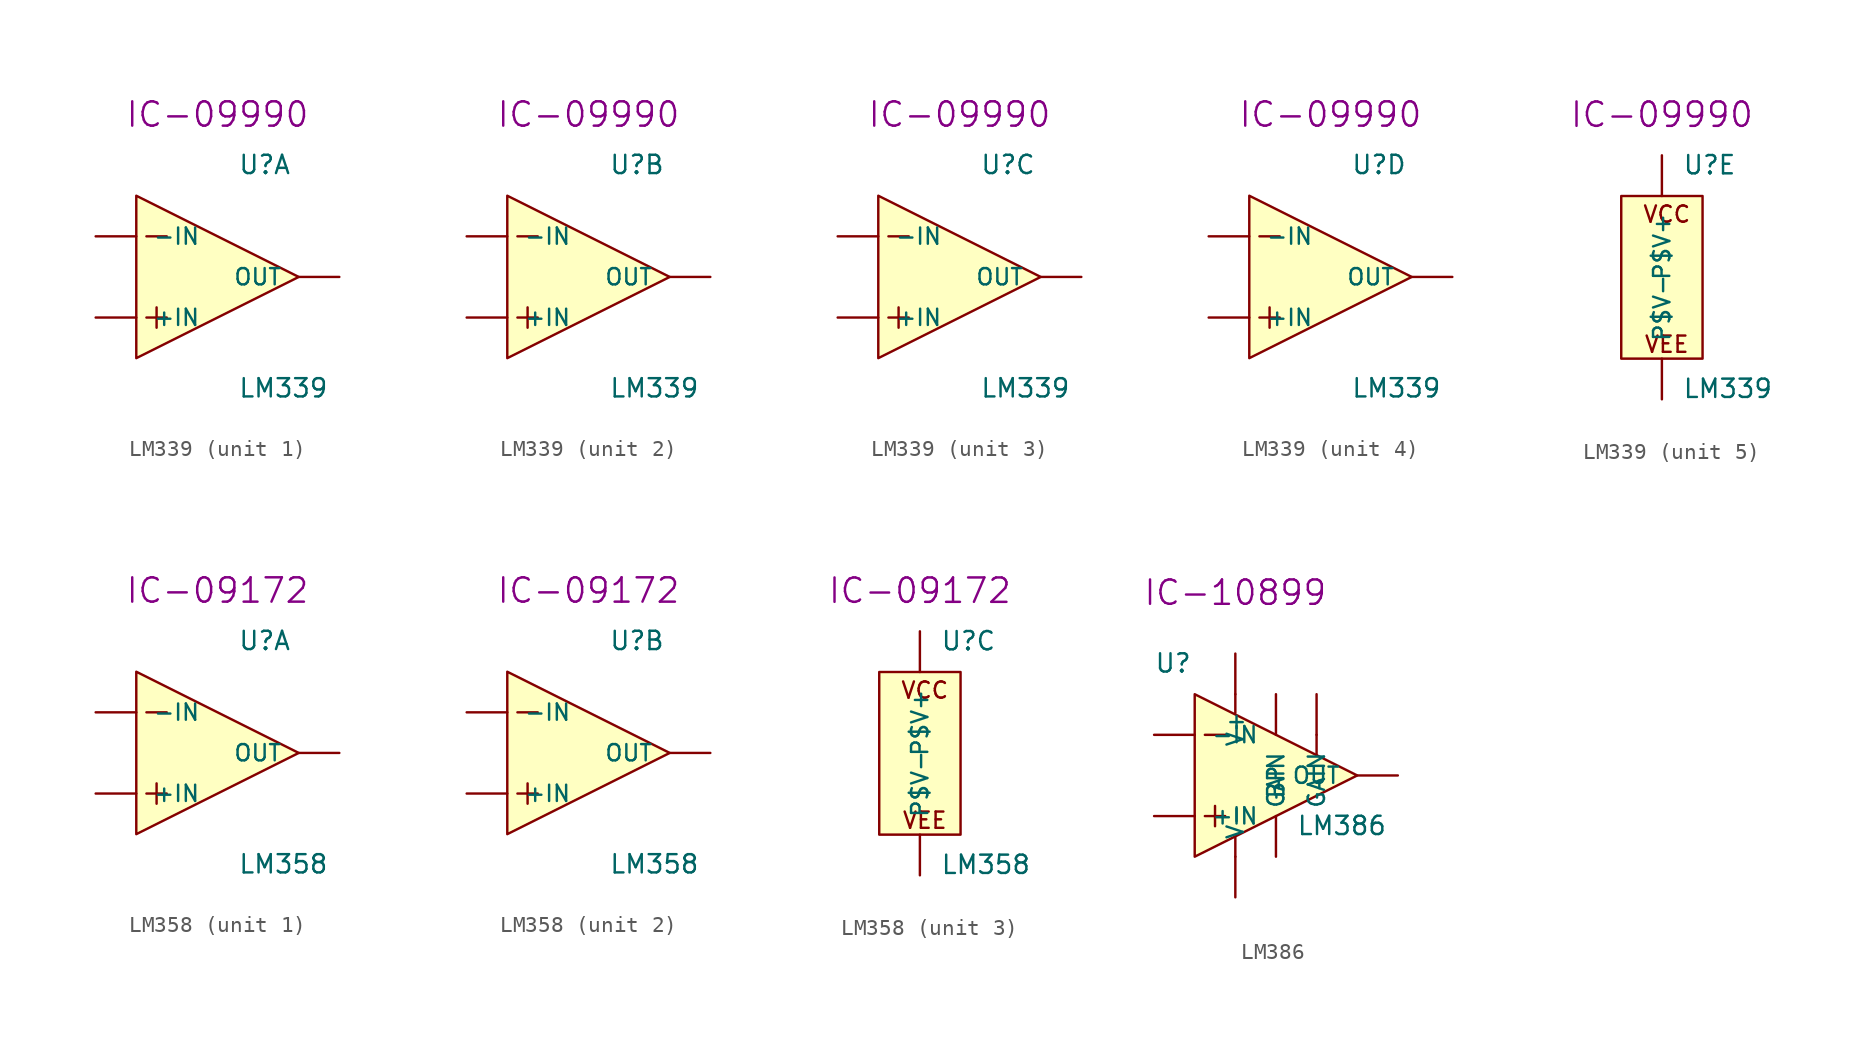
<source format=kicad_sym>
(kicad_symbol_lib
  (version 20201005)
  (generator kicad_symbol_editor)
  (symbol "LM339"
    (pin_numbers hide)
    (pin_names
      (offset 1.016))
    (property "Reference" "U"
      (at 1.27 6.35 0)
      (effects (font (size 1.143 1.143)) (justify left bottom)))
    (property "Value" "LM339"
      (at 1.27 -7.62 0)
      (effects (font (size 1.143 1.143)) (justify left bottom)))
    (property "Field4" "IC-09990"
      (at 0 10.16 0)
      (effects (font (size 1.524 1.524))))
    (property "ki_locked" ""
      (at 0 0 0)
      (effects (font (size 1.27 1.27))))
    (symbol "LM339_1_0"
      (polyline (pts (xy -4.445 -2.54) (xy -3.175 -2.54)) (stroke (width 0)) (fill (type none)))
      (polyline (pts (xy -4.445 2.54) (xy -3.175 2.54)) (stroke (width 0)) (fill (type none)))
      (polyline (pts (xy -3.81 -1.905) (xy -3.81 -3.175)) (stroke (width 0)) (fill (type none))))
    (symbol "LM339_1_1"
      (polyline (pts (xy 5.08 0) (xy -5.08 5.08) (xy -5.08 -5.08) (xy 5.08 0)) (stroke (width 0)) (fill (type background)))
      (pin output line (at 7.62 0 180) (length 2.54) (name "OUT" (effects (font (size 1.016 1.016)))) (number "1" (effects (font (size 1.016 1.016)))))
      (pin input line (at -7.62 2.54 0) (length 2.54) (name "-IN" (effects (font (size 1.016 1.016)))) (number "6" (effects (font (size 1.016 1.016)))))
      (pin input line (at -7.62 -2.54 0) (length 2.54) (name "+IN" (effects (font (size 1.016 1.016)))) (number "7" (effects (font (size 1.016 1.016))))))
    (symbol "LM339_2_0"
      (polyline (pts (xy -4.445 -2.54) (xy -3.175 -2.54)) (stroke (width 0)) (fill (type none)))
      (polyline (pts (xy -4.445 2.54) (xy -3.175 2.54)) (stroke (width 0)) (fill (type none)))
      (polyline (pts (xy -3.81 -1.905) (xy -3.81 -3.175)) (stroke (width 0)) (fill (type none))))
    (symbol "LM339_2_1"
      (polyline (pts (xy 5.08 0) (xy -5.08 5.08) (xy -5.08 -5.08) (xy 5.08 0)) (stroke (width 0)) (fill (type background)))
      (pin output line (at 7.62 0 180) (length 2.54) (name "OUT" (effects (font (size 1.016 1.016)))) (number "2" (effects (font (size 1.016 1.016)))))
      (pin input line (at -7.62 2.54 0) (length 2.54) (name "-IN" (effects (font (size 1.016 1.016)))) (number "4" (effects (font (size 1.016 1.016)))))
      (pin input line (at -7.62 -2.54 0) (length 2.54) (name "+IN" (effects (font (size 1.016 1.016)))) (number "5" (effects (font (size 1.016 1.016))))))
    (symbol "LM339_3_0"
      (polyline (pts (xy -4.445 -2.54) (xy -3.175 -2.54)) (stroke (width 0)) (fill (type none)))
      (polyline (pts (xy -4.445 2.54) (xy -3.175 2.54)) (stroke (width 0)) (fill (type none)))
      (polyline (pts (xy -3.81 -1.905) (xy -3.81 -3.175)) (stroke (width 0)) (fill (type none))))
    (symbol "LM339_3_1"
      (polyline (pts (xy 5.08 0) (xy -5.08 5.08) (xy -5.08 -5.08) (xy 5.08 0)) (stroke (width 0)) (fill (type background)))
      (pin input line (at -7.62 2.54 0) (length 2.54) (name "-IN" (effects (font (size 1.016 1.016)))) (number "8" (effects (font (size 1.016 1.016)))))
      (pin input line (at -7.62 -2.54 0) (length 2.54) (name "+IN" (effects (font (size 1.016 1.016)))) (number "9" (effects (font (size 1.016 1.016)))))
      (pin output line (at 7.62 0 180) (length 2.54) (name "OUT" (effects (font (size 1.016 1.016)))) (number "14" (effects (font (size 1.016 1.016))))))
    (symbol "LM339_4_0"
      (polyline (pts (xy -4.445 -2.54) (xy -3.175 -2.54)) (stroke (width 0)) (fill (type none)))
      (polyline (pts (xy -4.445 2.54) (xy -3.175 2.54)) (stroke (width 0)) (fill (type none)))
      (polyline (pts (xy -3.81 -1.905) (xy -3.81 -3.175)) (stroke (width 0)) (fill (type none))))
    (symbol "LM339_4_1"
      (polyline (pts (xy 5.08 0) (xy -5.08 5.08) (xy -5.08 -5.08) (xy 5.08 0)) (stroke (width 0)) (fill (type background)))
      (pin input line (at -7.62 2.54 0) (length 2.54) (name "-IN" (effects (font (size 1.016 1.016)))) (number "10" (effects (font (size 1.016 1.016)))))
      (pin input line (at -7.62 -2.54 0) (length 2.54) (name "+IN" (effects (font (size 1.016 1.016)))) (number "11" (effects (font (size 1.016 1.016)))))
      (pin output line (at 7.62 0 180) (length 2.54) (name "OUT" (effects (font (size 1.016 1.016)))) (number "13" (effects (font (size 1.016 1.016))))))
    (symbol "LM339_5_0"
      (text "VCC" (at 0.305 3.937 0) (effects (font (size 1.016 1.016))))
      (text "VEE" (at 0.305 -4.191 0) (effects (font (size 1.016 1.016)))))
    (symbol "LM339_5_1"
      (polyline (pts (xy -2.54 5.08) (xy 2.54 5.08) (xy 2.54 -5.08) (xy -2.54 -5.08) (xy -2.54 5.08)) (stroke (width 0)) (fill (type background)))
      (pin bidirectional line (at 0 7.62 270) (length 2.54) (name "P$V+" (effects (font (size 1.016 1.016)))) (number "3" (effects (font (size 1.016 1.016)))))
      (pin bidirectional line (at 0 -7.62 90) (length 2.54) (name "P$V-" (effects (font (size 1.016 1.016)))) (number "12" (effects (font (size 1.016 1.016)))))))
  (symbol "LM358"
    (pin_numbers hide)
    (pin_names
      (offset 1.016))
    (property "Reference" "U"
      (at 1.27 6.35 0)
      (effects (font (size 1.143 1.143)) (justify left bottom)))
    (property "Value" "LM358"
      (at 1.27 -7.62 0)
      (effects (font (size 1.143 1.143)) (justify left bottom)))
    (property "Field4" "IC-09172"
      (at 0 10.16 0)
      (effects (font (size 1.524 1.524))))
    (property "ki_locked" ""
      (at 0 0 0)
      (effects (font (size 1.27 1.27))))
    (symbol "LM358_1_0"
      (polyline (pts (xy -4.445 -2.54) (xy -3.175 -2.54)) (stroke (width 0)) (fill (type none)))
      (polyline (pts (xy -4.445 2.54) (xy -3.175 2.54)) (stroke (width 0)) (fill (type none)))
      (polyline (pts (xy -3.81 -1.905) (xy -3.81 -3.175)) (stroke (width 0)) (fill (type none))))
    (symbol "LM358_1_1"
      (polyline (pts (xy 5.08 0) (xy -5.08 5.08) (xy -5.08 -5.08) (xy 5.08 0)) (stroke (width 0)) (fill (type background)))
      (pin output line (at 7.62 0 180) (length 2.54) (name "OUT" (effects (font (size 1.016 1.016)))) (number "1" (effects (font (size 1.016 1.016)))))
      (pin input line (at -7.62 2.54 0) (length 2.54) (name "-IN" (effects (font (size 1.016 1.016)))) (number "2" (effects (font (size 1.016 1.016)))))
      (pin input line (at -7.62 -2.54 0) (length 2.54) (name "+IN" (effects (font (size 1.016 1.016)))) (number "3" (effects (font (size 1.016 1.016))))))
    (symbol "LM358_2_0"
      (polyline (pts (xy -4.445 -2.54) (xy -3.175 -2.54)) (stroke (width 0)) (fill (type none)))
      (polyline (pts (xy -4.445 2.54) (xy -3.175 2.54)) (stroke (width 0)) (fill (type none)))
      (polyline (pts (xy -3.81 -1.905) (xy -3.81 -3.175)) (stroke (width 0)) (fill (type none))))
    (symbol "LM358_2_1"
      (polyline (pts (xy 5.08 0) (xy -5.08 5.08) (xy -5.08 -5.08) (xy 5.08 0)) (stroke (width 0)) (fill (type background)))
      (pin input line (at -7.62 -2.54 0) (length 2.54) (name "+IN" (effects (font (size 1.016 1.016)))) (number "5" (effects (font (size 1.016 1.016)))))
      (pin input line (at -7.62 2.54 0) (length 2.54) (name "-IN" (effects (font (size 1.016 1.016)))) (number "6" (effects (font (size 1.016 1.016)))))
      (pin output line (at 7.62 0 180) (length 2.54) (name "OUT" (effects (font (size 1.016 1.016)))) (number "7" (effects (font (size 1.016 1.016))))))
    (symbol "LM358_3_0"
      (text "VCC" (at 0.305 3.937 0) (effects (font (size 1.016 1.016))))
      (text "VEE" (at 0.305 -4.191 0) (effects (font (size 1.016 1.016)))))
    (symbol "LM358_3_1"
      (polyline (pts (xy -2.54 5.08) (xy 2.54 5.08) (xy 2.54 -5.08) (xy -2.54 -5.08) (xy -2.54 5.08)) (stroke (width 0)) (fill (type background)))
      (pin bidirectional line (at 0 -7.62 90) (length 2.54) (name "P$V-" (effects (font (size 1.016 1.016)))) (number "4" (effects (font (size 1.016 1.016)))))
      (pin bidirectional line (at 0 7.62 270) (length 2.54) (name "P$V+" (effects (font (size 1.016 1.016)))) (number "8" (effects (font (size 1.016 1.016)))))))
  (symbol "LM386"
    (pin_numbers hide)
    (pin_names
      (offset 1.016))
    (property "Reference" "U"
      (at -5.08 6.35 0)
      (effects (font (size 1.143 1.143)) (justify left bottom)))
    (property "Value" "LM386"
      (at 3.81 -3.81 0)
      (effects (font (size 1.143 1.143)) (justify left bottom)))
    (property "Field4" "IC-10899"
      (at 0 11.43 0)
      (effects (font (size 1.524 1.524))))
    (property "ki_locked" ""
      (at 0 0 0)
      (effects (font (size 1.27 1.27))))
    (symbol "LM386_1_0"
      (polyline (pts (xy -1.905 -2.54) (xy -0.635 -2.54)) (stroke (width 0)) (fill (type none)))
      (polyline (pts (xy -1.905 2.54) (xy -0.635 2.54)) (stroke (width 0)) (fill (type none)))
      (polyline (pts (xy -1.27 -3.175) (xy -1.27 -1.905)) (stroke (width 0)) (fill (type none)))
      (polyline (pts (xy 0 -5.08) (xy 0 -3.886)) (stroke (width 0)) (fill (type none)))
      (polyline (pts (xy 0 3.912) (xy 0 5.08)) (stroke (width 0)) (fill (type none)))
      (polyline (pts (xy 5.08 1.27) (xy 5.08 2.54)) (stroke (width 0)) (fill (type none))))
    (symbol "LM386_1_1"
      (polyline (pts (xy 7.62 0) (xy -2.54 -5.08) (xy -2.54 5.08) (xy 5.08 1.27) (xy 7.62 0)) (stroke (width 0)) (fill (type background)))
      (pin bidirectional line (at 2.54 5.08 270) (length 2.54) (name "GAIN" (effects (font (size 1.016 1.016)))) (number "1" (effects (font (size 1.016 1.016)))))
      (pin input line (at -5.08 2.54 0) (length 2.54) (name "-IN" (effects (font (size 1.016 1.016)))) (number "2" (effects (font (size 1.016 1.016)))))
      (pin input line (at -5.08 -2.54 0) (length 2.54) (name "+IN" (effects (font (size 1.016 1.016)))) (number "3" (effects (font (size 1.016 1.016)))))
      (pin power_in line (at 0 -7.62 90) (length 2.54) (name "V-" (effects (font (size 1.016 1.016)))) (number "4" (effects (font (size 1.016 1.016)))))
      (pin output line (at 10.16 0 180) (length 2.54) (name "OUT" (effects (font (size 1.016 1.016)))) (number "5" (effects (font (size 1.016 1.016)))))
      (pin power_in line (at 0 7.62 270) (length 2.54) (name "V+" (effects (font (size 1.016 1.016)))) (number "6" (effects (font (size 1.016 1.016)))))
      (pin bidirectional line (at 2.54 -5.08 90) (length 2.54) (name "BP" (effects (font (size 1.016 1.016)))) (number "7" (effects (font (size 1.016 1.016)))))
      (pin bidirectional line (at 5.08 5.08 270) (length 2.54) (name "GAIN" (effects (font (size 1.016 1.016)))) (number "8" (effects (font (size 1.016 1.016))))))))
</source>
